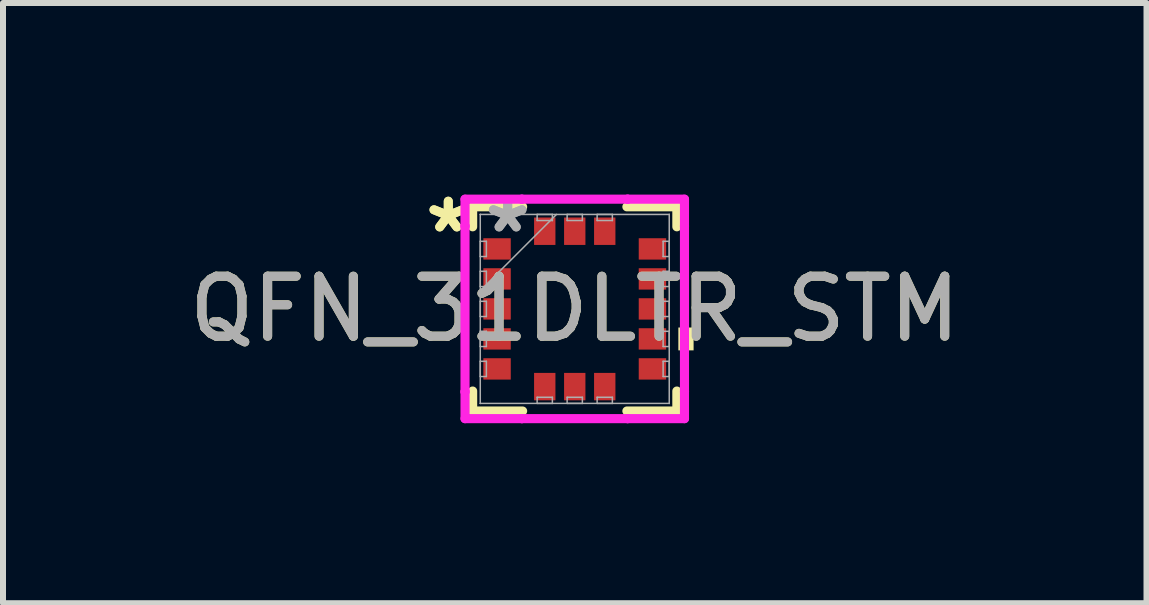
<source format=kicad_pcb>
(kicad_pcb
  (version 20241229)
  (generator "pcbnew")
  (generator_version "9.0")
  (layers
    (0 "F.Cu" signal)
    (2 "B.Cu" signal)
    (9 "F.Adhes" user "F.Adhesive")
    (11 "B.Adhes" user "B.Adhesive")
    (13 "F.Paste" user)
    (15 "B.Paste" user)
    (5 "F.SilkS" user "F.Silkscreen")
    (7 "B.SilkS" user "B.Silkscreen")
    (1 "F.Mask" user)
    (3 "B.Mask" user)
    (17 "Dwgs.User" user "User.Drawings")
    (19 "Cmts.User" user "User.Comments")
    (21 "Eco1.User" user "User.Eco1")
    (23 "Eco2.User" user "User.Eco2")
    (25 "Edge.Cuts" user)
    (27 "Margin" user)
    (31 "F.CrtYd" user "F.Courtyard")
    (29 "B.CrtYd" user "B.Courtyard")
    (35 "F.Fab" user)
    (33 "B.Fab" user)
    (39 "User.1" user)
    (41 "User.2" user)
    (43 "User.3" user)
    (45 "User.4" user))
  (footprint "QFN_31DLTR_STM"
    (layer "F.Cu")
    (at 6.53 2.099)
    (property "Reference" "QFN_31DLTR_STM" (at 0 0 0) (unlocked yes) (layer "F.SilkS") (effects (font (size 1 1) (thickness 0.15))))
    (attr smd)
    (fp_line (start -1.702 -1.702) (end -1.702 -1.369) (stroke (width 0.152) (type solid)) (layer "F.SilkS"))
    (fp_line (start -1.702 1.369) (end -1.702 1.702) (stroke (width 0.152) (type solid)) (layer "F.SilkS"))
    (fp_line (start -1.702 1.702) (end -0.869 1.702) (stroke (width 0.152) (type solid)) (layer "F.SilkS"))
    (fp_line (start -0.869 -1.702) (end -1.702 -1.702) (stroke (width 0.152) (type solid)) (layer "F.SilkS"))
    (fp_line (start 0.869 1.702) (end 1.702 1.702) (stroke (width 0.152) (type solid)) (layer "F.SilkS"))
    (fp_line (start 1.702 -1.702) (end 0.869 -1.702) (stroke (width 0.152) (type solid)) (layer "F.SilkS"))
    (fp_line (start 1.702 -1.369) (end 1.702 -1.702) (stroke (width 0.152) (type solid)) (layer "F.SilkS"))
    (fp_line (start 1.702 1.702) (end 1.702 1.369) (stroke (width 0.152) (type solid)) (layer "F.SilkS"))
    (fp_poly (pts (xy 1.981 0.31) (xy 1.981 0.691) (xy 1.727 0.691) (xy 1.727 0.31)) (stroke (width 0) (type solid)) (fill yes) (layer "F.SilkS"))
    (fp_line (start -1.829 -1.829) (end -0.881 -1.829) (stroke (width 0.152) (type solid)) (layer "F.CrtYd"))
    (fp_line (start -1.829 -1.381) (end -1.829 -1.829) (stroke (width 0.152) (type solid)) (layer "F.CrtYd"))
    (fp_line (start -1.829 -1.381) (end -1.829 -1.381) (stroke (width 0.152) (type solid)) (layer "F.CrtYd"))
    (fp_line (start -1.829 1.381) (end -1.829 -1.381) (stroke (width 0.152) (type solid)) (layer "F.CrtYd"))
    (fp_line (start -1.829 1.381) (end -1.829 1.381) (stroke (width 0.152) (type solid)) (layer "F.CrtYd"))
    (fp_line (start -1.829 1.829) (end -1.829 1.381) (stroke (width 0.152) (type solid)) (layer "F.CrtYd"))
    (fp_line (start -0.881 -1.829) (end -0.881 -1.829) (stroke (width 0.152) (type solid)) (layer "F.CrtYd"))
    (fp_line (start -0.881 -1.829) (end 0.881 -1.829) (stroke (width 0.152) (type solid)) (layer "F.CrtYd"))
    (fp_line (start -0.881 1.829) (end -1.829 1.829) (stroke (width 0.152) (type solid)) (layer "F.CrtYd"))
    (fp_line (start -0.881 1.829) (end -0.881 1.829) (stroke (width 0.152) (type solid)) (layer "F.CrtYd"))
    (fp_line (start 0.881 -1.829) (end 0.881 -1.829) (stroke (width 0.152) (type solid)) (layer "F.CrtYd"))
    (fp_line (start 0.881 -1.829) (end 1.829 -1.829) (stroke (width 0.152) (type solid)) (layer "F.CrtYd"))
    (fp_line (start 0.881 1.829) (end -0.881 1.829) (stroke (width 0.152) (type solid)) (layer "F.CrtYd"))
    (fp_line (start 0.881 1.829) (end 0.881 1.829) (stroke (width 0.152) (type solid)) (layer "F.CrtYd"))
    (fp_line (start 1.829 -1.829) (end 1.829 -1.381) (stroke (width 0.152) (type solid)) (layer "F.CrtYd"))
    (fp_line (start 1.829 -1.381) (end 1.829 -1.381) (stroke (width 0.152) (type solid)) (layer "F.CrtYd"))
    (fp_line (start 1.829 -1.381) (end 1.829 1.381) (stroke (width 0.152) (type solid)) (layer "F.CrtYd"))
    (fp_line (start 1.829 1.381) (end 1.829 1.381) (stroke (width 0.152) (type solid)) (layer "F.CrtYd"))
    (fp_line (start 1.829 1.381) (end 1.829 1.829) (stroke (width 0.152) (type solid)) (layer "F.CrtYd"))
    (fp_line (start 1.829 1.829) (end 0.881 1.829) (stroke (width 0.152) (type solid)) (layer "F.CrtYd"))
    (fp_line (start -1.575 -1.575) (end -1.575 -1.575) (stroke (width 0.025) (type solid)) (layer "F.Fab"))
    (fp_line (start -1.575 -1.575) (end -1.575 1.575) (stroke (width 0.025) (type solid)) (layer "F.Fab"))
    (fp_line (start -1.575 -1.127) (end -1.473 -1.127) (stroke (width 0.025) (type solid)) (layer "F.Fab"))
    (fp_line (start -1.575 -0.873) (end -1.575 -1.127) (stroke (width 0.025) (type solid)) (layer "F.Fab"))
    (fp_line (start -1.575 -0.627) (end -1.473 -0.627) (stroke (width 0.025) (type solid)) (layer "F.Fab"))
    (fp_line (start -1.575 -0.373) (end -1.575 -0.627) (stroke (width 0.025) (type solid)) (layer "F.Fab"))
    (fp_line (start -1.575 -0.305) (end -0.305 -1.575) (stroke (width 0.025) (type solid)) (layer "F.Fab"))
    (fp_line (start -1.575 -0.127) (end -1.473 -0.127) (stroke (width 0.025) (type solid)) (layer "F.Fab"))
    (fp_line (start -1.575 0.127) (end -1.575 -0.127) (stroke (width 0.025) (type solid)) (layer "F.Fab"))
    (fp_line (start -1.575 0.373) (end -1.473 0.373) (stroke (width 0.025) (type solid)) (layer "F.Fab"))
    (fp_line (start -1.575 0.627) (end -1.575 0.373) (stroke (width 0.025) (type solid)) (layer "F.Fab"))
    (fp_line (start -1.575 0.873) (end -1.473 0.873) (stroke (width 0.025) (type solid)) (layer "F.Fab"))
    (fp_line (start -1.575 1.127) (end -1.575 0.873) (stroke (width 0.025) (type solid)) (layer "F.Fab"))
    (fp_line (start -1.575 1.575) (end -1.575 1.575) (stroke (width 0.025) (type solid)) (layer "F.Fab"))
    (fp_line (start -1.575 1.575) (end 1.575 1.575) (stroke (width 0.025) (type solid)) (layer "F.Fab"))
    (fp_line (start -1.473 -1.127) (end -1.473 -0.873) (stroke (width 0.025) (type solid)) (layer "F.Fab"))
    (fp_line (start -1.473 -0.873) (end -1.575 -0.873) (stroke (width 0.025) (type solid)) (layer "F.Fab"))
    (fp_line (start -1.473 -0.627) (end -1.473 -0.373) (stroke (width 0.025) (type solid)) (layer "F.Fab"))
    (fp_line (start -1.473 -0.373) (end -1.575 -0.373) (stroke (width 0.025) (type solid)) (layer "F.Fab"))
    (fp_line (start -1.473 -0.127) (end -1.473 0.127) (stroke (width 0.025) (type solid)) (layer "F.Fab"))
    (fp_line (start -1.473 0.127) (end -1.575 0.127) (stroke (width 0.025) (type solid)) (layer "F.Fab"))
    (fp_line (start -1.473 0.373) (end -1.473 0.627) (stroke (width 0.025) (type solid)) (layer "F.Fab"))
    (fp_line (start -1.473 0.627) (end -1.575 0.627) (stroke (width 0.025) (type solid)) (layer "F.Fab"))
    (fp_line (start -1.473 0.873) (end -1.473 1.127) (stroke (width 0.025) (type solid)) (layer "F.Fab"))
    (fp_line (start -1.473 1.127) (end -1.575 1.127) (stroke (width 0.025) (type solid)) (layer "F.Fab"))
    (fp_line (start -0.627 -1.575) (end -0.373 -1.575) (stroke (width 0.025) (type solid)) (layer "F.Fab"))
    (fp_line (start -0.627 -1.473) (end -0.627 -1.575) (stroke (width 0.025) (type solid)) (layer "F.Fab"))
    (fp_line (start -0.627 1.473) (end -0.373 1.473) (stroke (width 0.025) (type solid)) (layer "F.Fab"))
    (fp_line (start -0.627 1.575) (end -0.627 1.473) (stroke (width 0.025) (type solid)) (layer "F.Fab"))
    (fp_line (start -0.373 -1.575) (end -0.373 -1.473) (stroke (width 0.025) (type solid)) (layer "F.Fab"))
    (fp_line (start -0.373 -1.473) (end -0.627 -1.473) (stroke (width 0.025) (type solid)) (layer "F.Fab"))
    (fp_line (start -0.373 1.473) (end -0.373 1.575) (stroke (width 0.025) (type solid)) (layer "F.Fab"))
    (fp_line (start -0.373 1.575) (end -0.627 1.575) (stroke (width 0.025) (type solid)) (layer "F.Fab"))
    (fp_line (start -0.127 -1.575) (end 0.127 -1.575) (stroke (width 0.025) (type solid)) (layer "F.Fab"))
    (fp_line (start -0.127 -1.473) (end -0.127 -1.575) (stroke (width 0.025) (type solid)) (layer "F.Fab"))
    (fp_line (start -0.127 1.473) (end 0.127 1.473) (stroke (width 0.025) (type solid)) (layer "F.Fab"))
    (fp_line (start -0.127 1.575) (end -0.127 1.473) (stroke (width 0.025) (type solid)) (layer "F.Fab"))
    (fp_line (start 0.127 -1.575) (end 0.127 -1.473) (stroke (width 0.025) (type solid)) (layer "F.Fab"))
    (fp_line (start 0.127 -1.473) (end -0.127 -1.473) (stroke (width 0.025) (type solid)) (layer "F.Fab"))
    (fp_line (start 0.127 1.473) (end 0.127 1.575) (stroke (width 0.025) (type solid)) (layer "F.Fab"))
    (fp_line (start 0.127 1.575) (end -0.127 1.575) (stroke (width 0.025) (type solid)) (layer "F.Fab"))
    (fp_line (start 0.373 -1.575) (end 0.627 -1.575) (stroke (width 0.025) (type solid)) (layer "F.Fab"))
    (fp_line (start 0.373 -1.473) (end 0.373 -1.575) (stroke (width 0.025) (type solid)) (layer "F.Fab"))
    (fp_line (start 0.373 1.473) (end 0.627 1.473) (stroke (width 0.025) (type solid)) (layer "F.Fab"))
    (fp_line (start 0.373 1.575) (end 0.373 1.473) (stroke (width 0.025) (type solid)) (layer "F.Fab"))
    (fp_line (start 0.627 -1.575) (end 0.627 -1.473) (stroke (width 0.025) (type solid)) (layer "F.Fab"))
    (fp_line (start 0.627 -1.473) (end 0.373 -1.473) (stroke (width 0.025) (type solid)) (layer "F.Fab"))
    (fp_line (start 0.627 1.473) (end 0.627 1.575) (stroke (width 0.025) (type solid)) (layer "F.Fab"))
    (fp_line (start 0.627 1.575) (end 0.373 1.575) (stroke (width 0.025) (type solid)) (layer "F.Fab"))
    (fp_line (start 1.473 -1.127) (end 1.575 -1.127) (stroke (width 0.025) (type solid)) (layer "F.Fab"))
    (fp_line (start 1.473 -0.873) (end 1.473 -1.127) (stroke (width 0.025) (type solid)) (layer "F.Fab"))
    (fp_line (start 1.473 -0.627) (end 1.575 -0.627) (stroke (width 0.025) (type solid)) (layer "F.Fab"))
    (fp_line (start 1.473 -0.373) (end 1.473 -0.627) (stroke (width 0.025) (type solid)) (layer "F.Fab"))
    (fp_line (start 1.473 -0.127) (end 1.575 -0.127) (stroke (width 0.025) (type solid)) (layer "F.Fab"))
    (fp_line (start 1.473 0.127) (end 1.473 -0.127) (stroke (width 0.025) (type solid)) (layer "F.Fab"))
    (fp_line (start 1.473 0.373) (end 1.575 0.373) (stroke (width 0.025) (type solid)) (layer "F.Fab"))
    (fp_line (start 1.473 0.627) (end 1.473 0.373) (stroke (width 0.025) (type solid)) (layer "F.Fab"))
    (fp_line (start 1.473 0.873) (end 1.575 0.873) (stroke (width 0.025) (type solid)) (layer "F.Fab"))
    (fp_line (start 1.473 1.127) (end 1.473 0.873) (stroke (width 0.025) (type solid)) (layer "F.Fab"))
    (fp_line (start 1.575 -1.575) (end -1.575 -1.575) (stroke (width 0.025) (type solid)) (layer "F.Fab"))
    (fp_line (start 1.575 -1.575) (end 1.575 -1.575) (stroke (width 0.025) (type solid)) (layer "F.Fab"))
    (fp_line (start 1.575 -1.127) (end 1.575 -0.873) (stroke (width 0.025) (type solid)) (layer "F.Fab"))
    (fp_line (start 1.575 -0.873) (end 1.473 -0.873) (stroke (width 0.025) (type solid)) (layer "F.Fab"))
    (fp_line (start 1.575 -0.627) (end 1.575 -0.373) (stroke (width 0.025) (type solid)) (layer "F.Fab"))
    (fp_line (start 1.575 -0.373) (end 1.473 -0.373) (stroke (width 0.025) (type solid)) (layer "F.Fab"))
    (fp_line (start 1.575 -0.127) (end 1.575 0.127) (stroke (width 0.025) (type solid)) (layer "F.Fab"))
    (fp_line (start 1.575 0.127) (end 1.473 0.127) (stroke (width 0.025) (type solid)) (layer "F.Fab"))
    (fp_line (start 1.575 0.373) (end 1.575 0.627) (stroke (width 0.025) (type solid)) (layer "F.Fab"))
    (fp_line (start 1.575 0.627) (end 1.473 0.627) (stroke (width 0.025) (type solid)) (layer "F.Fab"))
    (fp_line (start 1.575 0.873) (end 1.575 1.127) (stroke (width 0.025) (type solid)) (layer "F.Fab"))
    (fp_line (start 1.575 1.127) (end 1.473 1.127) (stroke (width 0.025) (type solid)) (layer "F.Fab"))
    (fp_line (start 1.575 1.575) (end 1.575 -1.575) (stroke (width 0.025) (type solid)) (layer "F.Fab"))
    (fp_line (start 1.575 1.575) (end 1.575 1.575) (stroke (width 0.025) (type solid)) (layer "F.Fab"))
    (fp_text user "*" (at -2.108 -1.25 0) (unlocked yes) (layer "F.SilkS") (effects (font (size 1 1) (thickness 0.15))))
    (fp_text user "*" (at -2.108 -1.25 0) (layer "F.SilkS") (effects (font (size 1 1) (thickness 0.15))))
    (fp_text user "${REFERENCE}" (at 0 0 0) (unlocked yes) (layer "F.Fab") (effects (font (size 1 1) (thickness 0.15))))
    (fp_text user "*" (at -1.118 -1.25 0) (layer "F.Fab") (effects (font (size 1 1) (thickness 0.15))))
    (fp_text user "*" (at -1.118 -1.25 0) (unlocked yes) (layer "F.Fab") (effects (font (size 1 1) (thickness 0.15))))
    (pad "1" smd rect (at -1.295 -1 90) (size 0.356 0.457) (layers "F.Cu" "F.Mask" "F.Paste"))
    (pad "2" smd rect (at -1.295 -0.5 90) (size 0.356 0.457) (layers "F.Cu" "F.Mask" "F.Paste"))
    (pad "3" smd rect (at -1.295 0 90) (size 0.356 0.457) (layers "F.Cu" "F.Mask" "F.Paste"))
    (pad "4" smd rect (at -1.295 0.5 90) (size 0.356 0.457) (layers "F.Cu" "F.Mask" "F.Paste"))
    (pad "5" smd rect (at -1.295 1 90) (size 0.356 0.457) (layers "F.Cu" "F.Mask" "F.Paste"))
    (pad "6" smd rect (at -0.5 1.295) (size 0.356 0.457) (layers "F.Cu" "F.Mask" "F.Paste"))
    (pad "7" smd rect (at 0 1.295) (size 0.356 0.457) (layers "F.Cu" "F.Mask" "F.Paste"))
    (pad "8" smd rect (at 0.5 1.295) (size 0.356 0.457) (layers "F.Cu" "F.Mask" "F.Paste"))
    (pad "9" smd rect (at 1.295 1 90) (size 0.356 0.457) (layers "F.Cu" "F.Mask" "F.Paste"))
    (pad "10" smd rect (at 1.295 0.5 90) (size 0.356 0.457) (layers "F.Cu" "F.Mask" "F.Paste"))
    (pad "11" smd rect (at 1.295 0 90) (size 0.356 0.457) (layers "F.Cu" "F.Mask" "F.Paste"))
    (pad "12" smd rect (at 1.295 -0.5 90) (size 0.356 0.457) (layers "F.Cu" "F.Mask" "F.Paste"))
    (pad "13" smd rect (at 1.295 -1 90) (size 0.356 0.457) (layers "F.Cu" "F.Mask" "F.Paste"))
    (pad "14" smd rect (at 0.5 -1.295) (size 0.356 0.457) (layers "F.Cu" "F.Mask" "F.Paste"))
    (pad "15" smd rect (at 0 -1.295) (size 0.356 0.457) (layers "F.Cu" "F.Mask" "F.Paste"))
    (pad "16" smd rect (at -0.5 -1.295) (size 0.356 0.457) (layers "F.Cu" "F.Mask" "F.Paste")))
  (gr_rect
    (start -3 -3)
    (end 16.06 7.004)
    (stroke (width 0.1) (type default))
    (fill no)
    (layer "Edge.Cuts")))
</source>
